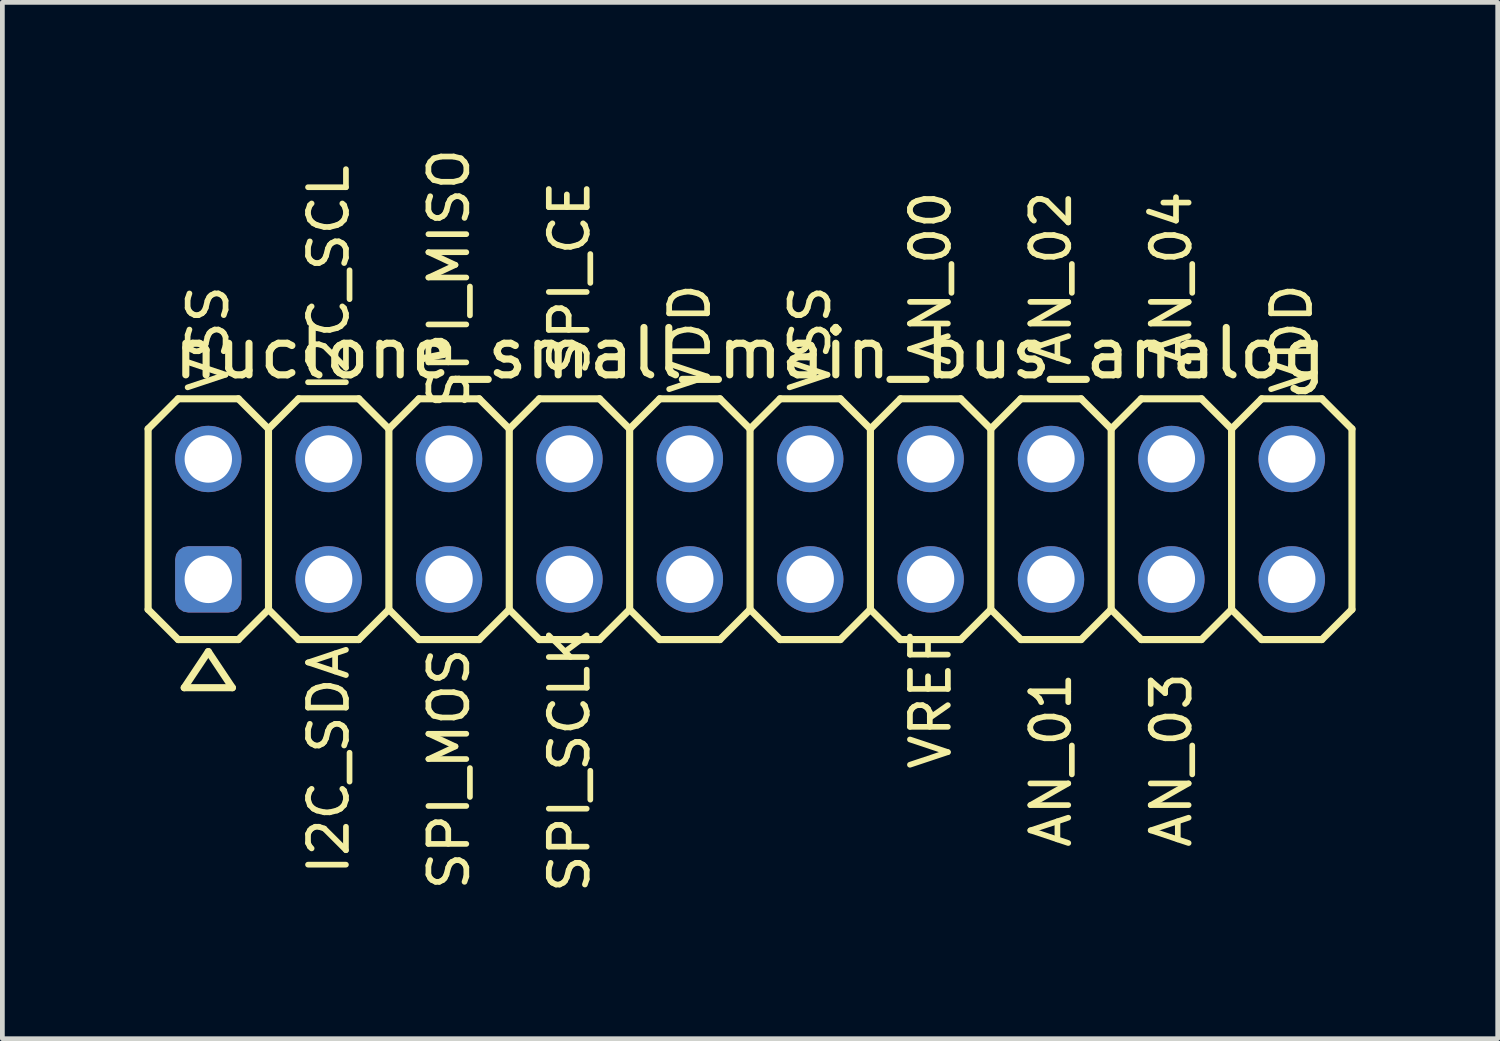
<source format=kicad_pcb>
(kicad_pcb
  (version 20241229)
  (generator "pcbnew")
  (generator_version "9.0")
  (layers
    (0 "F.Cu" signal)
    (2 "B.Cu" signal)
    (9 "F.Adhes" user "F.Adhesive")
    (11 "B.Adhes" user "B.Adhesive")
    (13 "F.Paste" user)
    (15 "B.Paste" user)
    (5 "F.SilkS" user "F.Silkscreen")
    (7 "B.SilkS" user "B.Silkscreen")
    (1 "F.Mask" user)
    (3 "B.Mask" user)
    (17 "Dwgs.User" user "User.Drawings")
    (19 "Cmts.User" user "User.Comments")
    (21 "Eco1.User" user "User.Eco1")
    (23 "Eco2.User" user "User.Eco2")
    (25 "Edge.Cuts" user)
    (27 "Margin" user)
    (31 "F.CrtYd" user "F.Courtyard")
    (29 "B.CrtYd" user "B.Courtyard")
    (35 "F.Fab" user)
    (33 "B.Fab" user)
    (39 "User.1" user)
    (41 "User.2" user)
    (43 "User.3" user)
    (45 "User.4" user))
  (footprint "nuclone_small_main_bus_analog"
    (layer "F.Cu")
    (at 12.775 7.904)
    (property "Reference" "nuclone_small_main_bus_analog" (at 0 -3.5 0) (layer "F.SilkS") (effects (font (size 1 1) (thickness 0.15))))
    (attr exclude_from_pos_files exclude_from_bom)
    (fp_line (start -12.7 -1.905) (end -12.065 -2.54) (stroke (width 0.15) (type solid)) (layer "F.SilkS"))
    (fp_line (start -12.7 1.905) (end -12.7 -1.905) (stroke (width 0.15) (type solid)) (layer "F.SilkS"))
    (fp_line (start -12.7 1.905) (end -12.065 2.54) (stroke (width 0.15) (type solid)) (layer "F.SilkS"))
    (fp_line (start -12.065 -2.54) (end -10.795 -2.54) (stroke (width 0.15) (type solid)) (layer "F.SilkS"))
    (fp_line (start -12.065 2.54) (end -10.795 2.54) (stroke (width 0.15) (type solid)) (layer "F.SilkS"))
    (fp_line (start -11.938 3.556) (end -10.922 3.556) (stroke (width 0.15) (type solid)) (layer "F.SilkS"))
    (fp_line (start -11.43 2.794) (end -11.938 3.556) (stroke (width 0.15) (type solid)) (layer "F.SilkS"))
    (fp_line (start -10.922 3.556) (end -11.43 2.794) (stroke (width 0.15) (type solid)) (layer "F.SilkS"))
    (fp_line (start -10.795 -2.54) (end -10.16 -1.905) (stroke (width 0.15) (type solid)) (layer "F.SilkS"))
    (fp_line (start -10.795 2.54) (end -10.16 1.905) (stroke (width 0.15) (type solid)) (layer "F.SilkS"))
    (fp_line (start -10.16 -1.905) (end -10.16 1.905) (stroke (width 0.15) (type solid)) (layer "F.SilkS"))
    (fp_line (start -10.16 -1.905) (end -9.525 -2.54) (stroke (width 0.15) (type solid)) (layer "F.SilkS"))
    (fp_line (start -10.16 1.905) (end -9.525 2.54) (stroke (width 0.15) (type solid)) (layer "F.SilkS"))
    (fp_line (start -9.525 -2.54) (end -8.255 -2.54) (stroke (width 0.15) (type solid)) (layer "F.SilkS"))
    (fp_line (start -9.525 2.54) (end -8.255 2.54) (stroke (width 0.15) (type solid)) (layer "F.SilkS"))
    (fp_line (start -8.255 -2.54) (end -7.62 -1.905) (stroke (width 0.15) (type solid)) (layer "F.SilkS"))
    (fp_line (start -8.255 2.54) (end -7.62 1.905) (stroke (width 0.15) (type solid)) (layer "F.SilkS"))
    (fp_line (start -7.62 -1.905) (end -7.62 1.905) (stroke (width 0.15) (type solid)) (layer "F.SilkS"))
    (fp_line (start -7.62 -1.905) (end -6.985 -2.54) (stroke (width 0.15) (type solid)) (layer "F.SilkS"))
    (fp_line (start -7.62 1.905) (end -6.985 2.54) (stroke (width 0.15) (type solid)) (layer "F.SilkS"))
    (fp_line (start -6.985 -2.54) (end -5.715 -2.54) (stroke (width 0.15) (type solid)) (layer "F.SilkS"))
    (fp_line (start -6.985 2.54) (end -5.715 2.54) (stroke (width 0.15) (type solid)) (layer "F.SilkS"))
    (fp_line (start -5.715 -2.54) (end -5.08 -1.905) (stroke (width 0.15) (type solid)) (layer "F.SilkS"))
    (fp_line (start -5.715 2.54) (end -5.08 1.905) (stroke (width 0.15) (type solid)) (layer "F.SilkS"))
    (fp_line (start -5.08 -1.905) (end -5.08 1.905) (stroke (width 0.15) (type solid)) (layer "F.SilkS"))
    (fp_line (start -5.08 -1.905) (end -4.445 -2.54) (stroke (width 0.15) (type solid)) (layer "F.SilkS"))
    (fp_line (start -5.08 1.905) (end -4.445 2.54) (stroke (width 0.15) (type solid)) (layer "F.SilkS"))
    (fp_line (start -4.445 -2.54) (end -3.175 -2.54) (stroke (width 0.15) (type solid)) (layer "F.SilkS"))
    (fp_line (start -4.445 2.54) (end -3.175 2.54) (stroke (width 0.15) (type solid)) (layer "F.SilkS"))
    (fp_line (start -3.175 -2.54) (end -2.54 -1.905) (stroke (width 0.15) (type solid)) (layer "F.SilkS"))
    (fp_line (start -3.175 2.54) (end -2.54 1.905) (stroke (width 0.15) (type solid)) (layer "F.SilkS"))
    (fp_line (start -2.54 -1.905) (end -2.54 1.905) (stroke (width 0.15) (type solid)) (layer "F.SilkS"))
    (fp_line (start -2.54 -1.905) (end -1.905 -2.54) (stroke (width 0.15) (type solid)) (layer "F.SilkS"))
    (fp_line (start -2.54 1.905) (end -1.905 2.54) (stroke (width 0.15) (type solid)) (layer "F.SilkS"))
    (fp_line (start -1.905 -2.54) (end -0.635 -2.54) (stroke (width 0.15) (type solid)) (layer "F.SilkS"))
    (fp_line (start -1.905 2.54) (end -0.635 2.54) (stroke (width 0.15) (type solid)) (layer "F.SilkS"))
    (fp_line (start -0.635 -2.54) (end 0 -1.905) (stroke (width 0.15) (type solid)) (layer "F.SilkS"))
    (fp_line (start -0.635 2.54) (end 0 1.905) (stroke (width 0.15) (type solid)) (layer "F.SilkS"))
    (fp_line (start 0 -1.905) (end 0 1.905) (stroke (width 0.15) (type solid)) (layer "F.SilkS"))
    (fp_line (start 0 -1.905) (end 0.635 -2.54) (stroke (width 0.15) (type solid)) (layer "F.SilkS"))
    (fp_line (start 0 1.905) (end 0.635 2.54) (stroke (width 0.15) (type solid)) (layer "F.SilkS"))
    (fp_line (start 0.635 -2.54) (end 1.905 -2.54) (stroke (width 0.15) (type solid)) (layer "F.SilkS"))
    (fp_line (start 0.635 2.54) (end 1.905 2.54) (stroke (width 0.15) (type solid)) (layer "F.SilkS"))
    (fp_line (start 1.905 -2.54) (end 2.54 -1.905) (stroke (width 0.15) (type solid)) (layer "F.SilkS"))
    (fp_line (start 1.905 2.54) (end 2.54 1.905) (stroke (width 0.15) (type solid)) (layer "F.SilkS"))
    (fp_line (start 2.54 -1.905) (end 2.54 1.905) (stroke (width 0.15) (type solid)) (layer "F.SilkS"))
    (fp_line (start 2.54 -1.905) (end 3.175 -2.54) (stroke (width 0.15) (type solid)) (layer "F.SilkS"))
    (fp_line (start 2.54 1.905) (end 3.175 2.54) (stroke (width 0.15) (type solid)) (layer "F.SilkS"))
    (fp_line (start 3.175 -2.54) (end 4.445 -2.54) (stroke (width 0.15) (type solid)) (layer "F.SilkS"))
    (fp_line (start 3.175 2.54) (end 4.445 2.54) (stroke (width 0.15) (type solid)) (layer "F.SilkS"))
    (fp_line (start 4.445 -2.54) (end 5.08 -1.905) (stroke (width 0.15) (type solid)) (layer "F.SilkS"))
    (fp_line (start 5.08 -1.905) (end 5.08 1.905) (stroke (width 0.15) (type solid)) (layer "F.SilkS"))
    (fp_line (start 5.08 -1.905) (end 5.715 -2.54) (stroke (width 0.15) (type solid)) (layer "F.SilkS"))
    (fp_line (start 5.08 1.905) (end 4.445 2.54) (stroke (width 0.15) (type solid)) (layer "F.SilkS"))
    (fp_line (start 5.08 1.905) (end 5.715 2.54) (stroke (width 0.15) (type solid)) (layer "F.SilkS"))
    (fp_line (start 5.715 -2.54) (end 6.985 -2.54) (stroke (width 0.15) (type solid)) (layer "F.SilkS"))
    (fp_line (start 5.715 2.54) (end 6.985 2.54) (stroke (width 0.15) (type solid)) (layer "F.SilkS"))
    (fp_line (start 6.985 -2.54) (end 7.62 -1.905) (stroke (width 0.15) (type solid)) (layer "F.SilkS"))
    (fp_line (start 7.62 -1.905) (end 7.62 1.905) (stroke (width 0.15) (type solid)) (layer "F.SilkS"))
    (fp_line (start 7.62 -1.905) (end 8.255 -2.54) (stroke (width 0.15) (type solid)) (layer "F.SilkS"))
    (fp_line (start 7.62 1.905) (end 6.985 2.54) (stroke (width 0.15) (type solid)) (layer "F.SilkS"))
    (fp_line (start 7.62 1.905) (end 8.255 2.54) (stroke (width 0.15) (type solid)) (layer "F.SilkS"))
    (fp_line (start 8.255 -2.54) (end 9.525 -2.54) (stroke (width 0.15) (type solid)) (layer "F.SilkS"))
    (fp_line (start 8.255 2.54) (end 9.525 2.54) (stroke (width 0.15) (type solid)) (layer "F.SilkS"))
    (fp_line (start 9.525 -2.54) (end 10.16 -1.905) (stroke (width 0.15) (type solid)) (layer "F.SilkS"))
    (fp_line (start 10.16 -1.905) (end 10.16 1.905) (stroke (width 0.15) (type solid)) (layer "F.SilkS"))
    (fp_line (start 10.16 -1.905) (end 10.795 -2.54) (stroke (width 0.15) (type solid)) (layer "F.SilkS"))
    (fp_line (start 10.16 1.905) (end 9.525 2.54) (stroke (width 0.15) (type solid)) (layer "F.SilkS"))
    (fp_line (start 10.16 1.905) (end 10.795 2.54) (stroke (width 0.15) (type solid)) (layer "F.SilkS"))
    (fp_line (start 10.795 -2.54) (end 12.065 -2.54) (stroke (width 0.15) (type solid)) (layer "F.SilkS"))
    (fp_line (start 10.795 2.54) (end 12.065 2.54) (stroke (width 0.15) (type solid)) (layer "F.SilkS"))
    (fp_line (start 12.065 -2.54) (end 12.7 -1.905) (stroke (width 0.15) (type solid)) (layer "F.SilkS"))
    (fp_line (start 12.7 -1.905) (end 12.7 1.905) (stroke (width 0.15) (type solid)) (layer "F.SilkS"))
    (fp_line (start 12.7 1.905) (end 12.065 2.54) (stroke (width 0.15) (type solid)) (layer "F.SilkS"))
    (fp_text user "AN_03" (at 8.89 5.08 90) (layer "F.SilkS") (effects (font (size 0.8 0.8) (thickness 0.12))))
    (fp_text user "I2C_SCL" (at -8.89 -5.08 90) (layer "F.SilkS") (effects (font (size 0.8 0.8) (thickness 0.12))))
    (fp_text user "VSS" (at 1.27 -3.81 90) (layer "F.SilkS") (effects (font (size 0.8 0.8) (thickness 0.12))))
    (fp_text user "SPI_MISO" (at -6.35 -5.08 90) (layer "F.SilkS") (effects (font (size 0.8 0.8) (thickness 0.12))))
    (fp_text user "AN_01" (at 6.35 5.08 90) (layer "F.SilkS") (effects (font (size 0.8 0.8) (thickness 0.12))))
    (fp_text user "SPI_MOSI" (at -6.35 5.08 90) (layer "F.SilkS") (effects (font (size 0.8 0.8) (thickness 0.12))))
    (fp_text user "VDD" (at -1.27 -3.81 90) (layer "F.SilkS") (effects (font (size 0.8 0.8) (thickness 0.12))))
    (fp_text user "VSS" (at -11.43 -3.81 90) (layer "F.SilkS") (effects (font (size 0.8 0.8) (thickness 0.12))))
    (fp_text user "AN_04" (at 8.89 -5.08 90) (layer "F.SilkS") (effects (font (size 0.8 0.8) (thickness 0.12))))
    (fp_text user "I2C_SDA" (at -8.89 5.08 90) (layer "F.SilkS") (effects (font (size 0.8 0.8) (thickness 0.12))))
    (fp_text user "AN_00" (at 3.81 -5.08 90) (layer "F.SilkS") (effects (font (size 0.8 0.8) (thickness 0.12))))
    (fp_text user "SPI_SCLK" (at -3.81 5.08 90) (layer "F.SilkS") (effects (font (size 0.8 0.8) (thickness 0.12))))
    (fp_text user "AN_02" (at 6.35 -5.08 90) (layer "F.SilkS") (effects (font (size 0.8 0.8) (thickness 0.12))))
    (fp_text user "SPI_CE" (at -3.81 -5.08 90) (layer "F.SilkS") (effects (font (size 0.8 0.8) (thickness 0.12))))
    (fp_text user "VREF" (at 3.81 3.81 90) (layer "F.SilkS") (effects (font (size 0.8 0.8) (thickness 0.12))))
    (fp_text user "VDD" (at 11.43 -3.81 90) (layer "F.SilkS") (effects (font (size 0.8 0.8) (thickness 0.12))))
    (pad "1" thru_hole roundrect (at -11.43 1.27) (size 1.4 1.4) (drill 1) (layers "*.Cu" "*.Mask") (roundrect_rratio 0.2))
    (pad "2" thru_hole circle (at -11.43 -1.27) (size 1.4 1.4) (drill 1) (layers "*.Cu" "*.Mask"))
    (pad "3" thru_hole circle (at -8.89 1.27) (size 1.4 1.4) (drill 1) (layers "*.Cu" "*.Mask"))
    (pad "4" thru_hole circle (at -8.89 -1.27) (size 1.4 1.4) (drill 1) (layers "*.Cu" "*.Mask"))
    (pad "5" thru_hole circle (at -6.35 1.27) (size 1.4 1.4) (drill 1) (layers "*.Cu" "*.Mask"))
    (pad "6" thru_hole circle (at -6.35 -1.27) (size 1.4 1.4) (drill 1) (layers "*.Cu" "*.Mask"))
    (pad "7" thru_hole circle (at -3.81 1.27) (size 1.4 1.4) (drill 1) (layers "*.Cu" "*.Mask"))
    (pad "8" thru_hole circle (at -3.81 -1.27) (size 1.4 1.4) (drill 1) (layers "*.Cu" "*.Mask"))
    (pad "9" thru_hole circle (at -1.27 1.27) (size 1.4 1.4) (drill 1) (layers "*.Cu" "*.Mask"))
    (pad "10" thru_hole circle (at -1.27 -1.27) (size 1.4 1.4) (drill 1) (layers "*.Cu" "*.Mask"))
    (pad "11" thru_hole circle (at 1.27 1.27) (size 1.4 1.4) (drill 1) (layers "*.Cu" "*.Mask"))
    (pad "12" thru_hole circle (at 1.27 -1.27) (size 1.4 1.4) (drill 1) (layers "*.Cu" "*.Mask"))
    (pad "13" thru_hole circle (at 3.81 1.27) (size 1.4 1.4) (drill 1) (layers "*.Cu" "*.Mask"))
    (pad "14" thru_hole circle (at 3.81 -1.27) (size 1.4 1.4) (drill 1) (layers "*.Cu" "*.Mask"))
    (pad "15" thru_hole circle (at 6.35 1.27) (size 1.4 1.4) (drill 1) (layers "*.Cu" "*.Mask"))
    (pad "16" thru_hole circle (at 6.35 -1.27) (size 1.4 1.4) (drill 1) (layers "*.Cu" "*.Mask"))
    (pad "17" thru_hole circle (at 8.89 1.27) (size 1.4 1.4) (drill 1) (layers "*.Cu" "*.Mask"))
    (pad "18" thru_hole circle (at 8.89 -1.27) (size 1.4 1.4) (drill 1) (layers "*.Cu" "*.Mask"))
    (pad "19" thru_hole circle (at 11.43 1.27) (size 1.4 1.4) (drill 1) (layers "*.Cu" "*.Mask"))
    (pad "20" thru_hole circle (at 11.43 -1.27) (size 1.4 1.4) (drill 1) (layers "*.Cu" "*.Mask")))
  (gr_rect
    (start -3 -3)
    (end 28.55 18.865)
    (stroke (width 0.1) (type default))
    (fill no)
    (layer "Edge.Cuts")))
</source>
